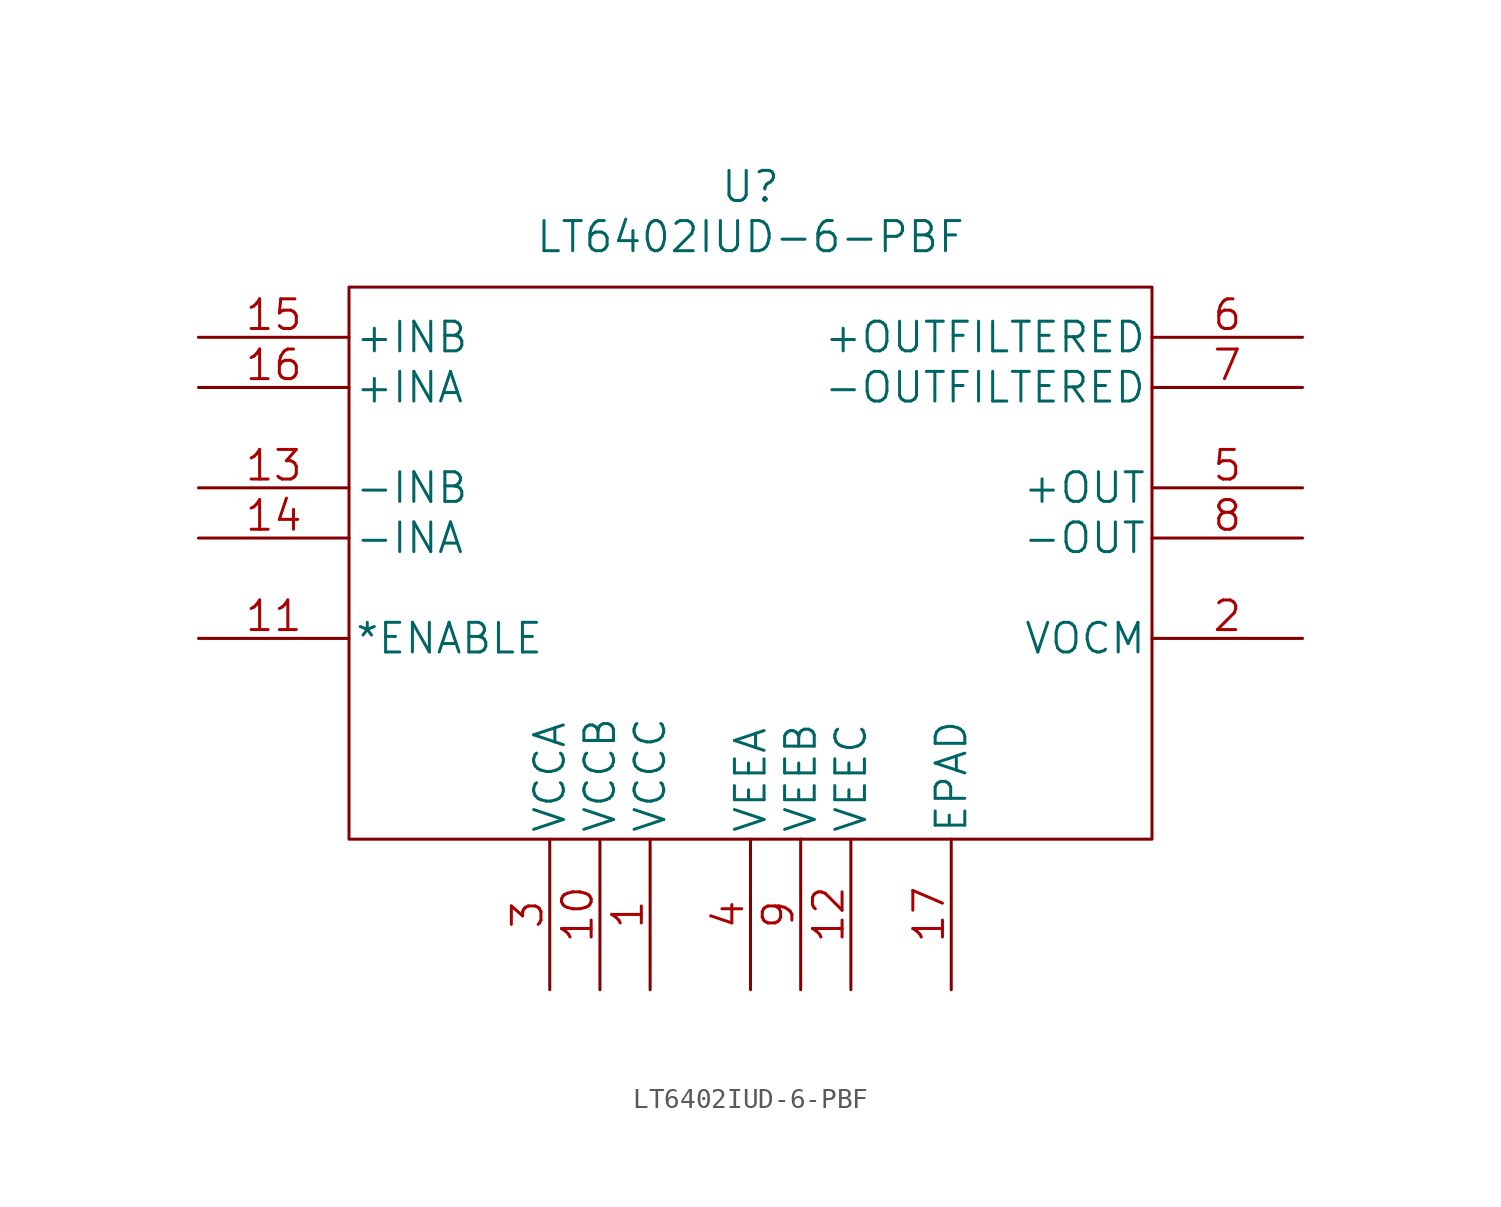
<source format=kicad_sym>
(kicad_symbol_lib
  (version 20211014)
  (generator kicad_symbol_editor)
  (symbol "LT6402IUD-6-PBF"
    (pin_names
      (offset 0.254))
    (property "Reference" "U"
      (at 0 17.78 0)
      (effects (font (size 1.524 1.524))))
    (property "Value" "LT6402IUD-6-PBF"
      (at 0 15.24 0)
      (effects (font (size 1.524 1.524))))
    (property "Datasheet" ""
      (at -27.94 5.08 0)
      (effects (font (size 1.524 1.524))))
    (property "ki_locked" ""
      (at 0 0 0)
      (effects (font (size 1.27 1.27))))
    (symbol "LT6402IUD-6-PBF_1_1"
      (rectangle (start -20.32 12.7) (end 20.32 -15.24) (stroke (width 0) (type default) (color 0 0 0 0)) (fill (type none)))
      (pin power_in line (at -5.08 -22.86 90) (length 7.62) (name "VCCC" (effects (font (size 1.499 1.499)))) (number "1" (effects (font (size 1.499 1.499)))))
      (pin power_in line (at -7.62 -22.86 90) (length 7.62) (name "VCCB" (effects (font (size 1.499 1.499)))) (number "10" (effects (font (size 1.499 1.499)))))
      (pin input line (at -27.94 -5.08 0) (length 7.62) (name "*ENABLE" (effects (font (size 1.499 1.499)))) (number "11" (effects (font (size 1.499 1.499)))))
      (pin power_in line (at 5.08 -22.86 90) (length 7.62) (name "VEEC" (effects (font (size 1.499 1.499)))) (number "12" (effects (font (size 1.499 1.499)))))
      (pin input line (at -27.94 2.54 0) (length 7.62) (name "-INB" (effects (font (size 1.499 1.499)))) (number "13" (effects (font (size 1.499 1.499)))))
      (pin input line (at -27.94 0 0) (length 7.62) (name "-INA" (effects (font (size 1.499 1.499)))) (number "14" (effects (font (size 1.499 1.499)))))
      (pin input line (at -27.94 10.16 0) (length 7.62) (name "+INB" (effects (font (size 1.499 1.499)))) (number "15" (effects (font (size 1.499 1.499)))))
      (pin input line (at -27.94 7.62 0) (length 7.62) (name "+INA" (effects (font (size 1.499 1.499)))) (number "16" (effects (font (size 1.499 1.499)))))
      (pin unspecified line (at 10.16 -22.86 90) (length 7.62) (name "EPAD" (effects (font (size 1.499 1.499)))) (number "17" (effects (font (size 1.499 1.499)))))
      (pin output line (at 27.94 -5.08 180) (length 7.62) (name "VOCM" (effects (font (size 1.499 1.499)))) (number "2" (effects (font (size 1.499 1.499)))))
      (pin power_in line (at -10.16 -22.86 90) (length 7.62) (name "VCCA" (effects (font (size 1.499 1.499)))) (number "3" (effects (font (size 1.499 1.499)))))
      (pin power_in line (at 0 -22.86 90) (length 7.62) (name "VEEA" (effects (font (size 1.499 1.499)))) (number "4" (effects (font (size 1.499 1.499)))))
      (pin output line (at 27.94 2.54 180) (length 7.62) (name "+OUT" (effects (font (size 1.499 1.499)))) (number "5" (effects (font (size 1.499 1.499)))))
      (pin output line (at 27.94 10.16 180) (length 7.62) (name "+OUTFILTERED" (effects (font (size 1.499 1.499)))) (number "6" (effects (font (size 1.499 1.499)))))
      (pin output line (at 27.94 7.62 180) (length 7.62) (name "-OUTFILTERED" (effects (font (size 1.499 1.499)))) (number "7" (effects (font (size 1.499 1.499)))))
      (pin output line (at 27.94 0 180) (length 7.62) (name "-OUT" (effects (font (size 1.499 1.499)))) (number "8" (effects (font (size 1.499 1.499)))))
      (pin power_in line (at 2.54 -22.86 90) (length 7.62) (name "VEEB" (effects (font (size 1.499 1.499)))) (number "9" (effects (font (size 1.499 1.499))))))))
</source>
